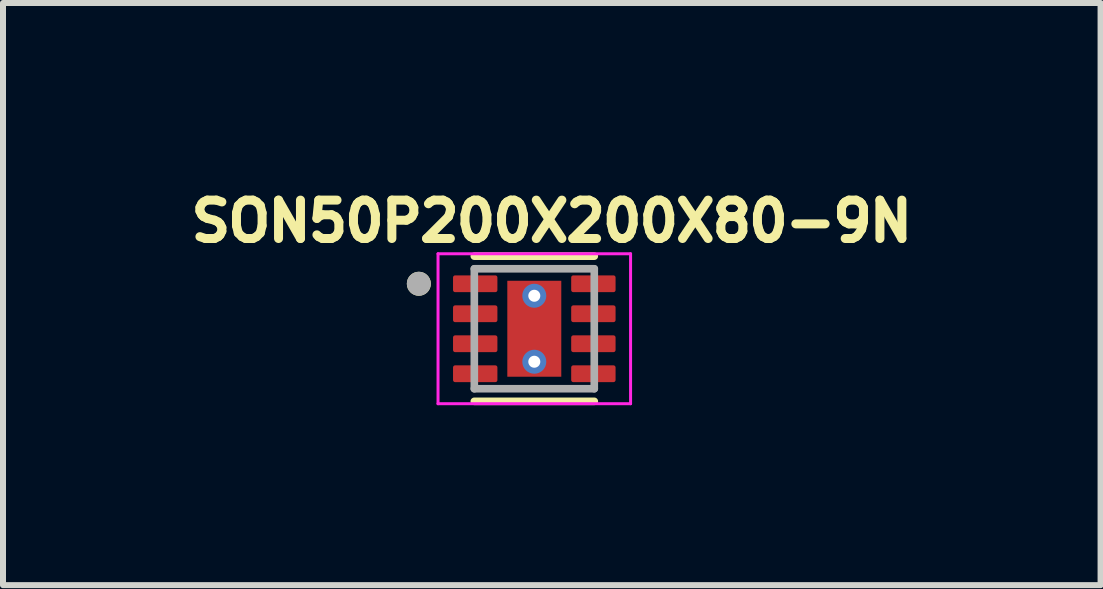
<source format=kicad_pcb>
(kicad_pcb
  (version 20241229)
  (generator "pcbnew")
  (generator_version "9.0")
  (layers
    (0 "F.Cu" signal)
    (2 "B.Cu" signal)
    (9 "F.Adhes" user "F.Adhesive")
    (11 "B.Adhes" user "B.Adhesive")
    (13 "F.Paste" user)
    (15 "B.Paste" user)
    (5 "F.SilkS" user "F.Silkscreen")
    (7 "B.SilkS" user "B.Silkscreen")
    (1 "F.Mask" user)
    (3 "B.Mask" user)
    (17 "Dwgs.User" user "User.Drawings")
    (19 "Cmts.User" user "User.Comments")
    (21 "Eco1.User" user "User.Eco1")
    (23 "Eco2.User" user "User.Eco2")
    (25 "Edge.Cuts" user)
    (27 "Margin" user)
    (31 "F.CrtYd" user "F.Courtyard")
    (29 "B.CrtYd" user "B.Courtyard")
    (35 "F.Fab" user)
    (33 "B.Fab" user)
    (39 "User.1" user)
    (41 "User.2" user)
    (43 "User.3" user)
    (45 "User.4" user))
  (footprint "SON50P200X200X80-9N"
    (layer "F.Cu")
    (at 5.858 2.431)
    (property "Reference" "SON50P200X200X80-9N" (at 0.292 -1.793 0) (layer "F.SilkS") (effects (font (size 0.64 0.64) (thickness 0.15))))
    (attr smd)
    (fp_line (start -1 -1.21) (end 1 -1.21) (stroke (width 0.127) (type solid)) (layer "F.SilkS"))
    (fp_line (start -1 1.21) (end 1 1.21) (stroke (width 0.127) (type solid)) (layer "F.SilkS"))
    (fp_circle (center -1.925 -0.75) (end -1.825 -0.75) (stroke (width 0.2) (type solid)) (fill no) (layer "F.SilkS"))
    (fp_poly (pts (xy -0.28 -0.51) (xy 0.28 -0.51) (xy 0.28 0.51) (xy -0.28 0.51)) (stroke (width 0.01) (type solid)) (fill yes) (layer "F.Paste"))
    (fp_line (start -1.605 -1.25) (end -1.605 1.25) (stroke (width 0.05) (type solid)) (layer "F.CrtYd"))
    (fp_line (start -1.605 -1.25) (end 1.605 -1.25) (stroke (width 0.05) (type solid)) (layer "F.CrtYd"))
    (fp_line (start -1.605 1.25) (end 1.605 1.25) (stroke (width 0.05) (type solid)) (layer "F.CrtYd"))
    (fp_line (start 1.605 -1.25) (end 1.605 1.25) (stroke (width 0.05) (type solid)) (layer "F.CrtYd"))
    (fp_line (start -1 -1) (end -1 1) (stroke (width 0.127) (type solid)) (layer "F.Fab"))
    (fp_line (start -1 -1) (end 1 -1) (stroke (width 0.127) (type solid)) (layer "F.Fab"))
    (fp_line (start -1 1) (end 1 1) (stroke (width 0.127) (type solid)) (layer "F.Fab"))
    (fp_line (start 1 -1) (end 1 1) (stroke (width 0.127) (type solid)) (layer "F.Fab"))
    (fp_circle (center -1.925 -0.75) (end -1.825 -0.75) (stroke (width 0.2) (type solid)) (fill no) (layer "F.Fab"))
    (pad "1" smd roundrect (at -0.985 -0.75) (size 0.74 0.28) (layers "F.Cu" "F.Mask" "F.Paste") (roundrect_rratio 0.125))
    (pad "2" smd roundrect (at -0.985 -0.25) (size 0.74 0.28) (layers "F.Cu" "F.Mask" "F.Paste") (roundrect_rratio 0.125))
    (pad "3" smd roundrect (at -0.985 0.25) (size 0.74 0.28) (layers "F.Cu" "F.Mask" "F.Paste") (roundrect_rratio 0.125))
    (pad "4" smd roundrect (at -0.985 0.75) (size 0.74 0.28) (layers "F.Cu" "F.Mask" "F.Paste") (roundrect_rratio 0.125))
    (pad "5" smd roundrect (at 0.985 0.75) (size 0.74 0.28) (layers "F.Cu" "F.Mask" "F.Paste") (roundrect_rratio 0.125))
    (pad "6" smd roundrect (at 0.985 0.25) (size 0.74 0.28) (layers "F.Cu" "F.Mask" "F.Paste") (roundrect_rratio 0.125))
    (pad "7" smd roundrect (at 0.985 -0.25) (size 0.74 0.28) (layers "F.Cu" "F.Mask" "F.Paste") (roundrect_rratio 0.125))
    (pad "8" smd roundrect (at 0.985 -0.75) (size 0.74 0.28) (layers "F.Cu" "F.Mask" "F.Paste") (roundrect_rratio 0.125))
    (pad "9" smd rect (at 0 0) (size 0.9 1.6) (layers "F.Cu" "F.Mask"))
    (pad "9_1" thru_hole circle (at 0 -0.55) (size 0.4 0.4) (drill 0.2) (layers "*.Cu"))
    (pad "9_2" thru_hole circle (at 0 0.55) (size 0.4 0.4) (drill 0.2) (layers "*.Cu")))
  (gr_rect
    (start -3 -3)
    (end 15.299 6.706)
    (stroke (width 0.1) (type default))
    (fill no)
    (layer "Edge.Cuts")))
</source>
